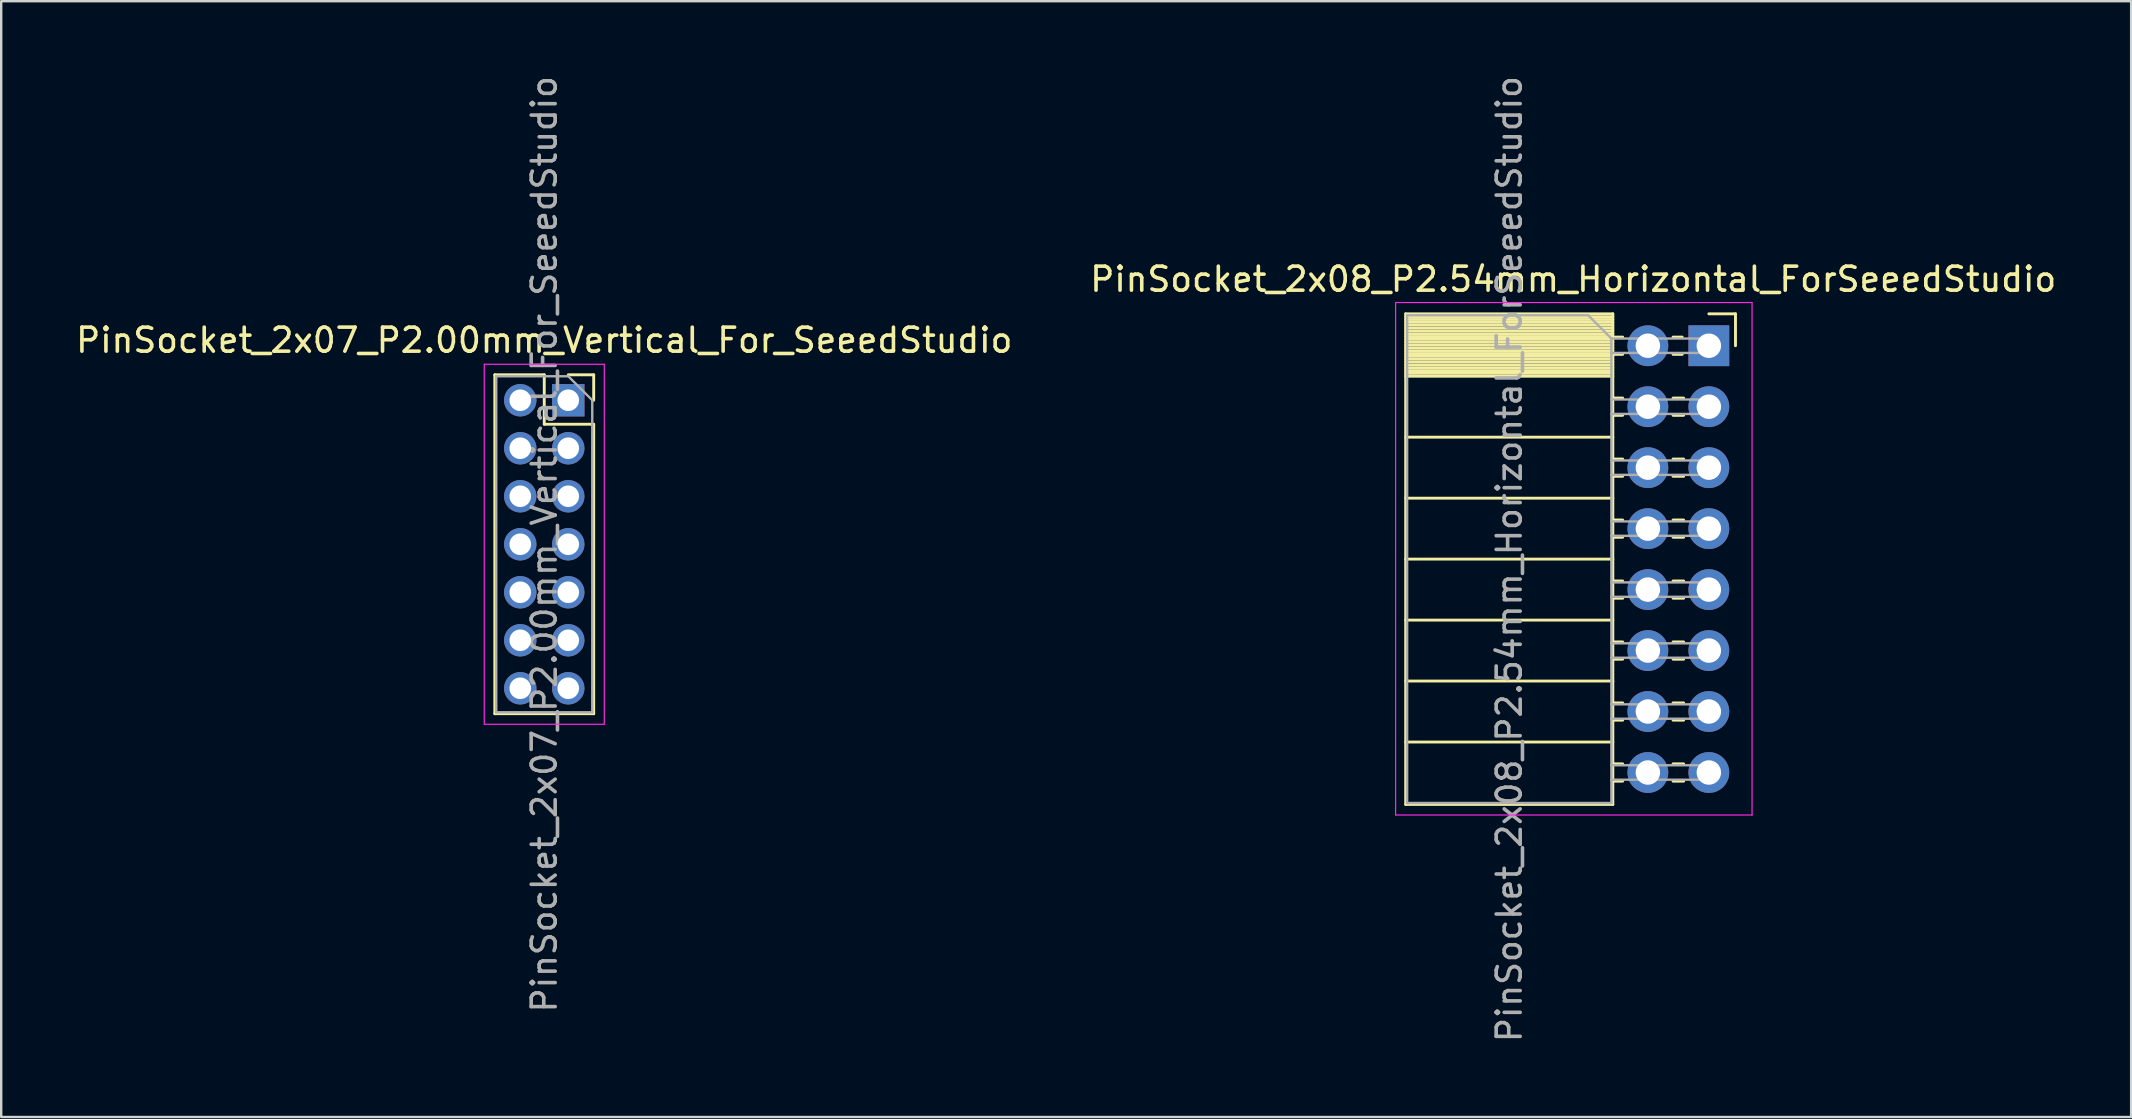
<source format=kicad_pcb>
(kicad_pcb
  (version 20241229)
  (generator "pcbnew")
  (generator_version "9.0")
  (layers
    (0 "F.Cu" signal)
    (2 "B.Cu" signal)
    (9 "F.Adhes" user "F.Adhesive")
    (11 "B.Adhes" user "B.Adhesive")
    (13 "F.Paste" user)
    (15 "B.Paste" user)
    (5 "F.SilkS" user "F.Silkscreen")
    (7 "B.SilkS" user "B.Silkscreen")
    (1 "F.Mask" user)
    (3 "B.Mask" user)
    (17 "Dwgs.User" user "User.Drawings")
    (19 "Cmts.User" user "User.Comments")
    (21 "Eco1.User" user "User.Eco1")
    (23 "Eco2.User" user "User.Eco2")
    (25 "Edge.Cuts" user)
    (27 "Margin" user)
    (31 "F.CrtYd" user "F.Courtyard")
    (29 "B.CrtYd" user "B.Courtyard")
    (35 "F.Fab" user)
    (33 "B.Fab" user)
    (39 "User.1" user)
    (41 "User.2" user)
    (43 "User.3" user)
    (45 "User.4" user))
  (footprint "PinSocket_2x08_P2.54mm_Horizontal_ForSeeedStudio"
    (layer "F.Cu")
    (at 68.144 11.354)
    (property "Reference" "PinSocket_2x08_P2.54mm_Horizontal_ForSeeedStudio" (at -5.65 -2.77 0) (layer "F.SilkS") (effects (font (size 1 1) (thickness 0.15))))
    (attr through_hole)
    (fp_line (start -12.63 -1.33) (end -12.63 19.11) (stroke (width 0.12) (type solid)) (layer "F.SilkS"))
    (fp_line (start -12.63 -1.33) (end -4 -1.33) (stroke (width 0.12) (type solid)) (layer "F.SilkS"))
    (fp_line (start -12.63 -1.21) (end -4 -1.21) (stroke (width 0.12) (type solid)) (layer "F.SilkS"))
    (fp_line (start -12.63 -1.092) (end -4 -1.092) (stroke (width 0.12) (type solid)) (layer "F.SilkS"))
    (fp_line (start -12.63 -0.974) (end -4 -0.974) (stroke (width 0.12) (type solid)) (layer "F.SilkS"))
    (fp_line (start -12.63 -0.856) (end -4 -0.856) (stroke (width 0.12) (type solid)) (layer "F.SilkS"))
    (fp_line (start -12.63 -0.738) (end -4 -0.738) (stroke (width 0.12) (type solid)) (layer "F.SilkS"))
    (fp_line (start -12.63 -0.62) (end -4 -0.62) (stroke (width 0.12) (type solid)) (layer "F.SilkS"))
    (fp_line (start -12.63 -0.501) (end -4 -0.501) (stroke (width 0.12) (type solid)) (layer "F.SilkS"))
    (fp_line (start -12.63 -0.383) (end -4 -0.383) (stroke (width 0.12) (type solid)) (layer "F.SilkS"))
    (fp_line (start -12.63 -0.265) (end -4 -0.265) (stroke (width 0.12) (type solid)) (layer "F.SilkS"))
    (fp_line (start -12.63 -0.147) (end -4 -0.147) (stroke (width 0.12) (type solid)) (layer "F.SilkS"))
    (fp_line (start -12.63 -0.029) (end -4 -0.029) (stroke (width 0.12) (type solid)) (layer "F.SilkS"))
    (fp_line (start -12.63 0.089) (end -4 0.089) (stroke (width 0.12) (type solid)) (layer "F.SilkS"))
    (fp_line (start -12.63 0.207) (end -4 0.207) (stroke (width 0.12) (type solid)) (layer "F.SilkS"))
    (fp_line (start -12.63 0.325) (end -4 0.325) (stroke (width 0.12) (type solid)) (layer "F.SilkS"))
    (fp_line (start -12.63 0.443) (end -4 0.443) (stroke (width 0.12) (type solid)) (layer "F.SilkS"))
    (fp_line (start -12.63 0.561) (end -4 0.561) (stroke (width 0.12) (type solid)) (layer "F.SilkS"))
    (fp_line (start -12.63 0.68) (end -4 0.68) (stroke (width 0.12) (type solid)) (layer "F.SilkS"))
    (fp_line (start -12.63 0.798) (end -4 0.798) (stroke (width 0.12) (type solid)) (layer "F.SilkS"))
    (fp_line (start -12.63 0.916) (end -4 0.916) (stroke (width 0.12) (type solid)) (layer "F.SilkS"))
    (fp_line (start -12.63 1.034) (end -4 1.034) (stroke (width 0.12) (type solid)) (layer "F.SilkS"))
    (fp_line (start -12.63 1.152) (end -4 1.152) (stroke (width 0.12) (type solid)) (layer "F.SilkS"))
    (fp_line (start -12.63 1.27) (end -4 1.27) (stroke (width 0.12) (type solid)) (layer "F.SilkS"))
    (fp_line (start -12.63 3.81) (end -4 3.81) (stroke (width 0.12) (type solid)) (layer "F.SilkS"))
    (fp_line (start -12.63 6.35) (end -4 6.35) (stroke (width 0.12) (type solid)) (layer "F.SilkS"))
    (fp_line (start -12.63 8.89) (end -4 8.89) (stroke (width 0.12) (type solid)) (layer "F.SilkS"))
    (fp_line (start -12.63 11.43) (end -4 11.43) (stroke (width 0.12) (type solid)) (layer "F.SilkS"))
    (fp_line (start -12.63 13.97) (end -4 13.97) (stroke (width 0.12) (type solid)) (layer "F.SilkS"))
    (fp_line (start -12.63 16.51) (end -4 16.51) (stroke (width 0.12) (type solid)) (layer "F.SilkS"))
    (fp_line (start -12.63 19.11) (end -4 19.11) (stroke (width 0.12) (type solid)) (layer "F.SilkS"))
    (fp_line (start -4 -1.33) (end -4 19.11) (stroke (width 0.12) (type solid)) (layer "F.SilkS"))
    (fp_line (start -4 -0.36) (end -3.59 -0.36) (stroke (width 0.12) (type solid)) (layer "F.SilkS"))
    (fp_line (start -4 0.36) (end -3.59 0.36) (stroke (width 0.12) (type solid)) (layer "F.SilkS"))
    (fp_line (start -4 2.18) (end -3.59 2.18) (stroke (width 0.12) (type solid)) (layer "F.SilkS"))
    (fp_line (start -4 2.9) (end -3.59 2.9) (stroke (width 0.12) (type solid)) (layer "F.SilkS"))
    (fp_line (start -4 4.72) (end -3.59 4.72) (stroke (width 0.12) (type solid)) (layer "F.SilkS"))
    (fp_line (start -4 5.44) (end -3.59 5.44) (stroke (width 0.12) (type solid)) (layer "F.SilkS"))
    (fp_line (start -4 7.26) (end -3.59 7.26) (stroke (width 0.12) (type solid)) (layer "F.SilkS"))
    (fp_line (start -4 7.98) (end -3.59 7.98) (stroke (width 0.12) (type solid)) (layer "F.SilkS"))
    (fp_line (start -4 9.8) (end -3.59 9.8) (stroke (width 0.12) (type solid)) (layer "F.SilkS"))
    (fp_line (start -4 10.52) (end -3.59 10.52) (stroke (width 0.12) (type solid)) (layer "F.SilkS"))
    (fp_line (start -4 12.34) (end -3.59 12.34) (stroke (width 0.12) (type solid)) (layer "F.SilkS"))
    (fp_line (start -4 13.06) (end -3.59 13.06) (stroke (width 0.12) (type solid)) (layer "F.SilkS"))
    (fp_line (start -4 14.88) (end -3.59 14.88) (stroke (width 0.12) (type solid)) (layer "F.SilkS"))
    (fp_line (start -4 15.6) (end -3.59 15.6) (stroke (width 0.12) (type solid)) (layer "F.SilkS"))
    (fp_line (start -4 17.42) (end -3.59 17.42) (stroke (width 0.12) (type solid)) (layer "F.SilkS"))
    (fp_line (start -4 18.14) (end -3.59 18.14) (stroke (width 0.12) (type solid)) (layer "F.SilkS"))
    (fp_line (start -1.49 -0.36) (end -1.11 -0.36) (stroke (width 0.12) (type solid)) (layer "F.SilkS"))
    (fp_line (start -1.49 0.36) (end -1.11 0.36) (stroke (width 0.12) (type solid)) (layer "F.SilkS"))
    (fp_line (start -1.49 2.18) (end -1.05 2.18) (stroke (width 0.12) (type solid)) (layer "F.SilkS"))
    (fp_line (start -1.49 2.9) (end -1.05 2.9) (stroke (width 0.12) (type solid)) (layer "F.SilkS"))
    (fp_line (start -1.49 4.72) (end -1.05 4.72) (stroke (width 0.12) (type solid)) (layer "F.SilkS"))
    (fp_line (start -1.49 5.44) (end -1.05 5.44) (stroke (width 0.12) (type solid)) (layer "F.SilkS"))
    (fp_line (start -1.49 7.26) (end -1.05 7.26) (stroke (width 0.12) (type solid)) (layer "F.SilkS"))
    (fp_line (start -1.49 7.98) (end -1.05 7.98) (stroke (width 0.12) (type solid)) (layer "F.SilkS"))
    (fp_line (start -1.49 9.8) (end -1.05 9.8) (stroke (width 0.12) (type solid)) (layer "F.SilkS"))
    (fp_line (start -1.49 10.52) (end -1.05 10.52) (stroke (width 0.12) (type solid)) (layer "F.SilkS"))
    (fp_line (start -1.49 12.34) (end -1.05 12.34) (stroke (width 0.12) (type solid)) (layer "F.SilkS"))
    (fp_line (start -1.49 13.06) (end -1.05 13.06) (stroke (width 0.12) (type solid)) (layer "F.SilkS"))
    (fp_line (start -1.49 14.88) (end -1.05 14.88) (stroke (width 0.12) (type solid)) (layer "F.SilkS"))
    (fp_line (start -1.49 15.6) (end -1.05 15.6) (stroke (width 0.12) (type solid)) (layer "F.SilkS"))
    (fp_line (start -1.49 17.42) (end -1.05 17.42) (stroke (width 0.12) (type solid)) (layer "F.SilkS"))
    (fp_line (start -1.49 18.14) (end -1.05 18.14) (stroke (width 0.12) (type solid)) (layer "F.SilkS"))
    (fp_line (start 0 -1.33) (end 1.11 -1.33) (stroke (width 0.12) (type solid)) (layer "F.SilkS"))
    (fp_line (start 1.11 -1.33) (end 1.11 0) (stroke (width 0.12) (type solid)) (layer "F.SilkS"))
    (fp_line (start -13.05 -1.8) (end -13.05 19.55) (stroke (width 0.05) (type solid)) (layer "F.CrtYd"))
    (fp_line (start -13.05 19.55) (end 1.8 19.55) (stroke (width 0.05) (type solid)) (layer "F.CrtYd"))
    (fp_line (start 1.8 -1.8) (end -13.05 -1.8) (stroke (width 0.05) (type solid)) (layer "F.CrtYd"))
    (fp_line (start 1.8 19.55) (end 1.8 -1.8) (stroke (width 0.05) (type solid)) (layer "F.CrtYd"))
    (fp_line (start -12.57 -1.27) (end -5.03 -1.27) (stroke (width 0.1) (type solid)) (layer "F.Fab"))
    (fp_line (start -12.57 19.05) (end -12.57 -1.27) (stroke (width 0.1) (type solid)) (layer "F.Fab"))
    (fp_line (start -5.03 -1.27) (end -4.06 -0.3) (stroke (width 0.1) (type solid)) (layer "F.Fab"))
    (fp_line (start -4.06 -0.3) (end -4.06 19.05) (stroke (width 0.1) (type solid)) (layer "F.Fab"))
    (fp_line (start -4.06 0.3) (end 0 0.3) (stroke (width 0.1) (type solid)) (layer "F.Fab"))
    (fp_line (start -4.06 2.84) (end 0 2.84) (stroke (width 0.1) (type solid)) (layer "F.Fab"))
    (fp_line (start -4.06 5.38) (end 0 5.38) (stroke (width 0.1) (type solid)) (layer "F.Fab"))
    (fp_line (start -4.06 7.92) (end 0 7.92) (stroke (width 0.1) (type solid)) (layer "F.Fab"))
    (fp_line (start -4.06 10.46) (end 0 10.46) (stroke (width 0.1) (type solid)) (layer "F.Fab"))
    (fp_line (start -4.06 13) (end 0 13) (stroke (width 0.1) (type solid)) (layer "F.Fab"))
    (fp_line (start -4.06 15.54) (end 0 15.54) (stroke (width 0.1) (type solid)) (layer "F.Fab"))
    (fp_line (start -4.06 18.08) (end 0 18.08) (stroke (width 0.1) (type solid)) (layer "F.Fab"))
    (fp_line (start -4.06 19.05) (end -12.57 19.05) (stroke (width 0.1) (type solid)) (layer "F.Fab"))
    (fp_line (start 0 -0.3) (end -4.06 -0.3) (stroke (width 0.1) (type solid)) (layer "F.Fab"))
    (fp_line (start 0 0.3) (end 0 -0.3) (stroke (width 0.1) (type solid)) (layer "F.Fab"))
    (fp_line (start 0 2.24) (end -4.06 2.24) (stroke (width 0.1) (type solid)) (layer "F.Fab"))
    (fp_line (start 0 2.84) (end 0 2.24) (stroke (width 0.1) (type solid)) (layer "F.Fab"))
    (fp_line (start 0 4.78) (end -4.06 4.78) (stroke (width 0.1) (type solid)) (layer "F.Fab"))
    (fp_line (start 0 5.38) (end 0 4.78) (stroke (width 0.1) (type solid)) (layer "F.Fab"))
    (fp_line (start 0 7.32) (end -4.06 7.32) (stroke (width 0.1) (type solid)) (layer "F.Fab"))
    (fp_line (start 0 7.92) (end 0 7.32) (stroke (width 0.1) (type solid)) (layer "F.Fab"))
    (fp_line (start 0 9.86) (end -4.06 9.86) (stroke (width 0.1) (type solid)) (layer "F.Fab"))
    (fp_line (start 0 10.46) (end 0 9.86) (stroke (width 0.1) (type solid)) (layer "F.Fab"))
    (fp_line (start 0 12.4) (end -4.06 12.4) (stroke (width 0.1) (type solid)) (layer "F.Fab"))
    (fp_line (start 0 13) (end 0 12.4) (stroke (width 0.1) (type solid)) (layer "F.Fab"))
    (fp_line (start 0 14.94) (end -4.06 14.94) (stroke (width 0.1) (type solid)) (layer "F.Fab"))
    (fp_line (start 0 15.54) (end 0 14.94) (stroke (width 0.1) (type solid)) (layer "F.Fab"))
    (fp_line (start 0 17.48) (end -4.06 17.48) (stroke (width 0.1) (type solid)) (layer "F.Fab"))
    (fp_line (start 0 18.08) (end 0 17.48) (stroke (width 0.1) (type solid)) (layer "F.Fab"))
    (fp_text user "${REFERENCE}" (at -8.315 8.89 90) (layer "F.Fab") (effects (font (size 1 1) (thickness 0.15))))
    (pad "1" thru_hole rect (at 0 0) (size 1.7 1.7) (drill 1.02) (layers "*.Cu" "*.Mask"))
    (pad "2" thru_hole oval (at -2.54 0) (size 1.7 1.7) (drill 1.02) (layers "*.Cu" "*.Mask"))
    (pad "3" thru_hole oval (at 0 2.54) (size 1.7 1.7) (drill 1.02) (layers "*.Cu" "*.Mask"))
    (pad "4" thru_hole oval (at -2.54 2.54) (size 1.7 1.7) (drill 1.02) (layers "*.Cu" "*.Mask"))
    (pad "5" thru_hole oval (at 0 5.08) (size 1.7 1.7) (drill 1.02) (layers "*.Cu" "*.Mask"))
    (pad "6" thru_hole oval (at -2.54 5.08) (size 1.7 1.7) (drill 1.02) (layers "*.Cu" "*.Mask"))
    (pad "7" thru_hole oval (at 0 7.62) (size 1.7 1.7) (drill 1.02) (layers "*.Cu" "*.Mask"))
    (pad "8" thru_hole oval (at -2.54 7.62) (size 1.7 1.7) (drill 1.02) (layers "*.Cu" "*.Mask"))
    (pad "9" thru_hole oval (at 0 10.16) (size 1.7 1.7) (drill 1.02) (layers "*.Cu" "*.Mask"))
    (pad "10" thru_hole oval (at -2.54 10.16) (size 1.7 1.7) (drill 1.02) (layers "*.Cu" "*.Mask"))
    (pad "11" thru_hole oval (at 0 12.7) (size 1.7 1.7) (drill 1.02) (layers "*.Cu" "*.Mask"))
    (pad "12" thru_hole oval (at -2.54 12.7) (size 1.7 1.7) (drill 1.02) (layers "*.Cu" "*.Mask"))
    (pad "13" thru_hole oval (at 0 15.24) (size 1.7 1.7) (drill 1.02) (layers "*.Cu" "*.Mask"))
    (pad "14" thru_hole oval (at -2.54 15.24) (size 1.7 1.7) (drill 1.02) (layers "*.Cu" "*.Mask"))
    (pad "15" thru_hole oval (at 0 17.78) (size 1.7 1.7) (drill 1.02) (layers "*.Cu" "*.Mask"))
    (pad "16" thru_hole oval (at -2.54 17.78) (size 1.7 1.7) (drill 1.02) (layers "*.Cu" "*.Mask")))
  (footprint "PinSocket_2x07_P2.00mm_Vertical_For_SeeedStudio"
    (layer "F.Cu")
    (at 20.625 13.625)
    (property "Reference" "PinSocket_2x07_P2.00mm_Vertical_For_SeeedStudio" (at -1 -2.5 0) (layer "F.SilkS") (effects (font (size 1 1) (thickness 0.15))))
    (attr through_hole)
    (fp_line (start -3.06 -1.06) (end -3.06 13.06) (stroke (width 0.12) (type solid)) (layer "F.SilkS"))
    (fp_line (start -3.06 -1.06) (end -1 -1.06) (stroke (width 0.12) (type solid)) (layer "F.SilkS"))
    (fp_line (start -3.06 13.06) (end 1.06 13.06) (stroke (width 0.12) (type solid)) (layer "F.SilkS"))
    (fp_line (start -1 -1.06) (end -1 1) (stroke (width 0.12) (type solid)) (layer "F.SilkS"))
    (fp_line (start -1 1) (end 1.06 1) (stroke (width 0.12) (type solid)) (layer "F.SilkS"))
    (fp_line (start 0 -1.06) (end 1.06 -1.06) (stroke (width 0.12) (type solid)) (layer "F.SilkS"))
    (fp_line (start 1.06 -1.06) (end 1.06 0) (stroke (width 0.12) (type solid)) (layer "F.SilkS"))
    (fp_line (start 1.06 1) (end 1.06 13.06) (stroke (width 0.12) (type solid)) (layer "F.SilkS"))
    (fp_line (start -3.5 -1.5) (end 1.5 -1.5) (stroke (width 0.05) (type solid)) (layer "F.CrtYd"))
    (fp_line (start -3.5 13.5) (end -3.5 -1.5) (stroke (width 0.05) (type solid)) (layer "F.CrtYd"))
    (fp_line (start 1.5 -1.5) (end 1.5 13.5) (stroke (width 0.05) (type solid)) (layer "F.CrtYd"))
    (fp_line (start 1.5 13.5) (end -3.5 13.5) (stroke (width 0.05) (type solid)) (layer "F.CrtYd"))
    (fp_line (start -3 -1) (end 0 -1) (stroke (width 0.1) (type solid)) (layer "F.Fab"))
    (fp_line (start -3 13) (end -3 -1) (stroke (width 0.1) (type solid)) (layer "F.Fab"))
    (fp_line (start 0 -1) (end 1 0) (stroke (width 0.1) (type solid)) (layer "F.Fab"))
    (fp_line (start 1 0) (end 1 13) (stroke (width 0.1) (type solid)) (layer "F.Fab"))
    (fp_line (start 1 13) (end -3 13) (stroke (width 0.1) (type solid)) (layer "F.Fab"))
    (fp_text user "${REFERENCE}" (at -1 6 90) (layer "F.Fab") (effects (font (size 1 1) (thickness 0.15))))
    (pad "1" thru_hole rect (at 0 0) (size 1.35 1.35) (drill 0.9) (layers "*.Cu" "*.Mask"))
    (pad "2" thru_hole oval (at -2 0) (size 1.35 1.35) (drill 0.9) (layers "*.Cu" "*.Mask"))
    (pad "3" thru_hole oval (at 0 2) (size 1.35 1.35) (drill 0.9) (layers "*.Cu" "*.Mask"))
    (pad "4" thru_hole oval (at -2 2) (size 1.35 1.35) (drill 0.9) (layers "*.Cu" "*.Mask"))
    (pad "5" thru_hole oval (at 0 4) (size 1.35 1.35) (drill 0.9) (layers "*.Cu" "*.Mask"))
    (pad "6" thru_hole oval (at -2 4) (size 1.35 1.35) (drill 0.9) (layers "*.Cu" "*.Mask"))
    (pad "7" thru_hole oval (at 0 6) (size 1.35 1.35) (drill 0.9) (layers "*.Cu" "*.Mask"))
    (pad "8" thru_hole oval (at -2 6) (size 1.35 1.35) (drill 0.9) (layers "*.Cu" "*.Mask"))
    (pad "9" thru_hole oval (at 0 8) (size 1.35 1.35) (drill 0.9) (layers "*.Cu" "*.Mask"))
    (pad "10" thru_hole oval (at -2 8) (size 1.35 1.35) (drill 0.9) (layers "*.Cu" "*.Mask"))
    (pad "11" thru_hole oval (at 0 10) (size 1.35 1.35) (drill 0.9) (layers "*.Cu" "*.Mask"))
    (pad "12" thru_hole oval (at -2 10) (size 1.35 1.35) (drill 0.9) (layers "*.Cu" "*.Mask"))
    (pad "13" thru_hole oval (at 0 12) (size 1.35 1.35) (drill 0.9) (layers "*.Cu" "*.Mask"))
    (pad "14" thru_hole oval (at -2 12) (size 1.35 1.35) (drill 0.9) (layers "*.Cu" "*.Mask")))
  (gr_rect
    (start -3 -3)
    (end 85.738 43.488)
    (stroke (width 0.1) (type default))
    (fill no)
    (layer "Edge.Cuts")))
</source>
